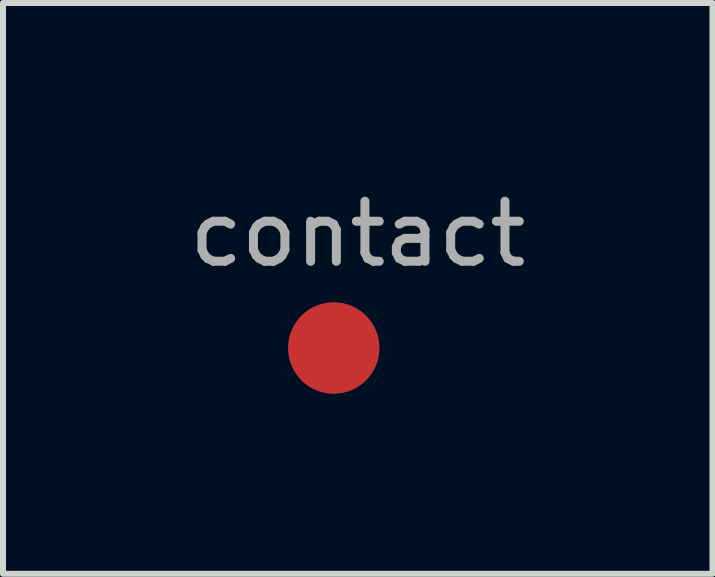
<source format=kicad_pcb>
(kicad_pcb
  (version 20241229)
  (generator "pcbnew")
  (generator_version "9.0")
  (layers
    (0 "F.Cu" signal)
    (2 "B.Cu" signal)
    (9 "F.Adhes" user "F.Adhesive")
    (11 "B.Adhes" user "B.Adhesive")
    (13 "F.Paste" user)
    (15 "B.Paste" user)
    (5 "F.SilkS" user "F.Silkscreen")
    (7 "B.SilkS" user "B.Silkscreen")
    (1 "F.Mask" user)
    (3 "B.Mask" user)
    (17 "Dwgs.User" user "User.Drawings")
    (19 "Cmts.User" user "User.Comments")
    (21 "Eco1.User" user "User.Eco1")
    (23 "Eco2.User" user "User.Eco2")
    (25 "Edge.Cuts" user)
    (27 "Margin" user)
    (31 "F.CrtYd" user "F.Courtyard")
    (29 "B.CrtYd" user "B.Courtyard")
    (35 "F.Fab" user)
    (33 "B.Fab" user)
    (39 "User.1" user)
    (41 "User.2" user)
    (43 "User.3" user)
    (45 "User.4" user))
  (footprint "contact"
    (layer "F.Cu")
    (at 2.511 2.748)
    (property "Reference" "contact" (at 0.4 -1.9 0) (layer "F.Fab") (effects (font (size 1 1) (thickness 0.15))))
    (attr through_hole)
    (pad "1" smd circle (at 0 0 180) (size 1.524 1.524) (layers "F.Cu" "F.Mask")))
  (gr_rect
    (start -3 -3)
    (end 8.821 6.51)
    (stroke (width 0.1) (type default))
    (fill no)
    (layer "Edge.Cuts")))
</source>
